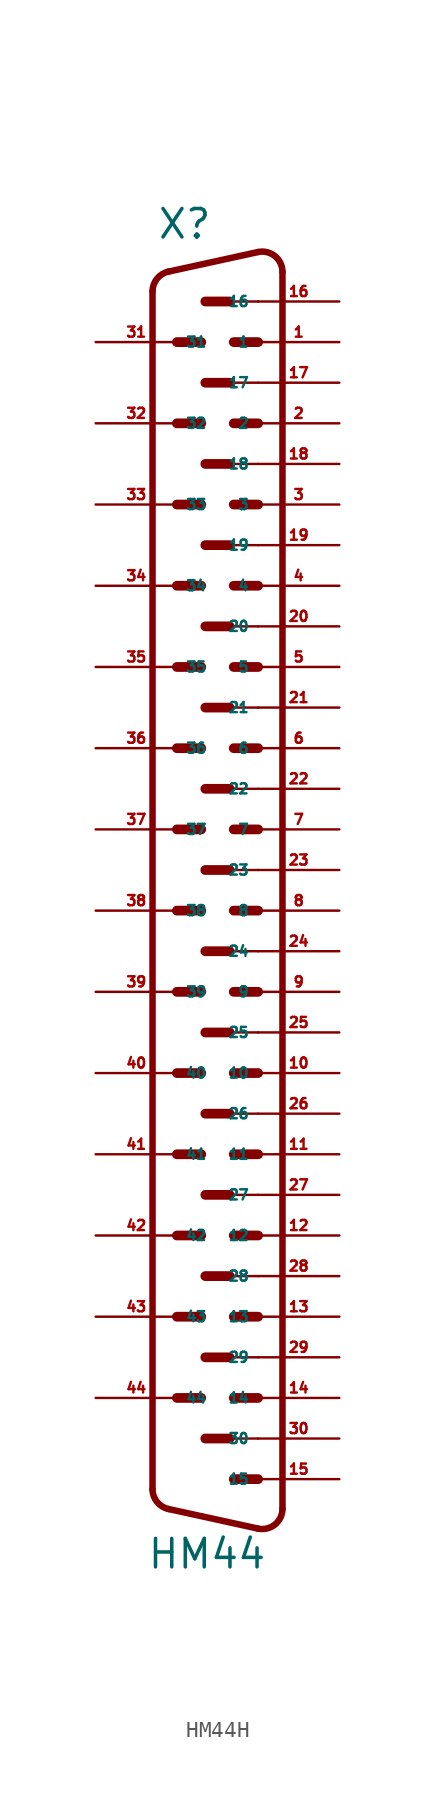
<source format=kicad_sym>
(kicad_symbol_lib
  (version 20220914)
  (generator Eagle2Kicad)
  (symbol "HM44H"
    (property "Reference" "X"
      (at -3.81 36.83 0)
      (effects (font (size 1.778 1.778) (thickness 0.22)) (justify left bottom)))
    (property "Value" "HM44"
      (at -4.445 -46.355 0)
      (effects (font (size 1.778 1.778) (thickness 0.22)) (justify left bottom)))
    (arc
      (start 4.064 34.8712)
      (mid 3.590 35.861)
      (end 2.5226 36.112)
      (stroke (width 0.4064) (type default))
      (fill (type none)))
    (polyline
      (pts (xy 2.523 36.112) (xy -3.065 34.889))
      (stroke (width 0.406) (type default))
      (fill (type none)))
    (arc
      (start -3.0654 34.8895)
      (mid -3.783 34.445)
      (end -4.0642 33.6488)
      (stroke (width 0.4064) (type default))
      (fill (type none)))
    (polyline
      (pts (xy -4.064 -41.269) (xy -4.064 33.649))
      (stroke (width 0.406) (type default))
      (fill (type none)))
    (arc
      (start -4.064 -41.2688)
      (mid -3.783 -42.065)
      (end -3.0654 -42.5094)
      (stroke (width 0.4064) (type default))
      (fill (type none)))
    (polyline
      (pts (xy 4.064 -42.491) (xy 4.064 34.871))
      (stroke (width 0.406) (type default))
      (fill (type none)))
    (polyline
      (pts (xy 2.523 -43.732) (xy -3.065 -42.509))
      (stroke (width 0.406) (type default))
      (fill (type none)))
    (arc
      (start 2.5226 -43.7319)
      (mid 3.590 -43.481)
      (end 4.064 -42.4912)
      (stroke (width 0.4064) (type default))
      (fill (type none)))
    (polyline
      (pts (xy 2.54 33.02) (xy 0.762 33.02))
      (stroke (width 0.152) (type default))
      (fill (type none)))
    (polyline
      (pts (xy 2.54 27.94) (xy 0.762 27.94))
      (stroke (width 0.152) (type default))
      (fill (type none)))
    (polyline
      (pts (xy 2.54 22.86) (xy 0.762 22.86))
      (stroke (width 0.152) (type default))
      (fill (type none)))
    (polyline
      (pts (xy 2.54 17.78) (xy 0.762 17.78))
      (stroke (width 0.152) (type default))
      (fill (type none)))
    (polyline
      (pts (xy 2.54 12.7) (xy 0.762 12.7))
      (stroke (width 0.152) (type default))
      (fill (type none)))
    (polyline
      (pts (xy -1.016 30.48) (xy -2.54 30.48))
      (stroke (width 0.61) (type default))
      (fill (type none)))
    (polyline
      (pts (xy 2.54 30.48) (xy 1.016 30.48))
      (stroke (width 0.61) (type default))
      (fill (type none)))
    (polyline
      (pts (xy 0.762 33.02) (xy -0.762 33.02))
      (stroke (width 0.61) (type default))
      (fill (type none)))
    (polyline
      (pts (xy -1.016 25.4) (xy -2.54 25.4))
      (stroke (width 0.61) (type default))
      (fill (type none)))
    (polyline
      (pts (xy 2.54 25.4) (xy 1.016 25.4))
      (stroke (width 0.61) (type default))
      (fill (type none)))
    (polyline
      (pts (xy 0.762 27.94) (xy -0.762 27.94))
      (stroke (width 0.61) (type default))
      (fill (type none)))
    (polyline
      (pts (xy -1.016 20.32) (xy -2.54 20.32))
      (stroke (width 0.61) (type default))
      (fill (type none)))
    (polyline
      (pts (xy 2.54 20.32) (xy 1.016 20.32))
      (stroke (width 0.61) (type default))
      (fill (type none)))
    (polyline
      (pts (xy 0.762 22.86) (xy -0.762 22.86))
      (stroke (width 0.61) (type default))
      (fill (type none)))
    (polyline
      (pts (xy -1.016 15.24) (xy -2.54 15.24))
      (stroke (width 0.61) (type default))
      (fill (type none)))
    (polyline
      (pts (xy 2.54 15.24) (xy 1.016 15.24))
      (stroke (width 0.61) (type default))
      (fill (type none)))
    (polyline
      (pts (xy 0.762 17.78) (xy -0.762 17.78))
      (stroke (width 0.61) (type default))
      (fill (type none)))
    (polyline
      (pts (xy -1.016 10.16) (xy -2.54 10.16))
      (stroke (width 0.61) (type default))
      (fill (type none)))
    (polyline
      (pts (xy 2.54 10.16) (xy 1.016 10.16))
      (stroke (width 0.61) (type default))
      (fill (type none)))
    (polyline
      (pts (xy 0.762 12.7) (xy -0.762 12.7))
      (stroke (width 0.61) (type default))
      (fill (type none)))
    (polyline
      (pts (xy 2.54 7.62) (xy 0.762 7.62))
      (stroke (width 0.152) (type default))
      (fill (type none)))
    (polyline
      (pts (xy 2.54 2.54) (xy 0.762 2.54))
      (stroke (width 0.152) (type default))
      (fill (type none)))
    (polyline
      (pts (xy 2.54 -2.54) (xy 0.762 -2.54))
      (stroke (width 0.152) (type default))
      (fill (type none)))
    (polyline
      (pts (xy -1.016 5.08) (xy -2.54 5.08))
      (stroke (width 0.61) (type default))
      (fill (type none)))
    (polyline
      (pts (xy 2.54 5.08) (xy 1.016 5.08))
      (stroke (width 0.61) (type default))
      (fill (type none)))
    (polyline
      (pts (xy 0.762 7.62) (xy -0.762 7.62))
      (stroke (width 0.61) (type default))
      (fill (type none)))
    (polyline
      (pts (xy -1.016 0) (xy -2.54 0))
      (stroke (width 0.61) (type default))
      (fill (type none)))
    (polyline
      (pts (xy 2.54 0) (xy 1.016 0))
      (stroke (width 0.61) (type default))
      (fill (type none)))
    (polyline
      (pts (xy 0.762 2.54) (xy -0.762 2.54))
      (stroke (width 0.61) (type default))
      (fill (type none)))
    (polyline
      (pts (xy 2.54 -5.08) (xy 1.016 -5.08))
      (stroke (width 0.61) (type default))
      (fill (type none)))
    (polyline
      (pts (xy 0.762 -2.54) (xy -0.762 -2.54))
      (stroke (width 0.61) (type default))
      (fill (type none)))
    (polyline
      (pts (xy 2.54 -10.16) (xy 1.016 -10.16))
      (stroke (width 0.61) (type default))
      (fill (type none)))
    (polyline
      (pts (xy -1.016 -5.08) (xy -2.54 -5.08))
      (stroke (width 0.61) (type default))
      (fill (type none)))
    (polyline
      (pts (xy 0.762 -7.62) (xy -0.762 -7.62))
      (stroke (width 0.61) (type default))
      (fill (type none)))
    (polyline
      (pts (xy 2.54 -7.62) (xy 0.762 -7.62))
      (stroke (width 0.152) (type default))
      (fill (type none)))
    (polyline
      (pts (xy 2.54 -12.7) (xy 0.762 -12.7))
      (stroke (width 0.152) (type default))
      (fill (type none)))
    (polyline
      (pts (xy -1.016 -10.16) (xy -2.54 -10.16))
      (stroke (width 0.61) (type default))
      (fill (type none)))
    (polyline
      (pts (xy -1.016 -15.24) (xy -2.54 -15.24))
      (stroke (width 0.61) (type default))
      (fill (type none)))
    (polyline
      (pts (xy 2.54 -15.24) (xy 1.016 -15.24))
      (stroke (width 0.61) (type default))
      (fill (type none)))
    (polyline
      (pts (xy 0.762 -12.7) (xy -0.762 -12.7))
      (stroke (width 0.61) (type default))
      (fill (type none)))
    (polyline
      (pts (xy 2.54 -17.78) (xy 0.762 -17.78))
      (stroke (width 0.152) (type default))
      (fill (type none)))
    (polyline
      (pts (xy 2.54 -22.86) (xy 0.762 -22.86))
      (stroke (width 0.152) (type default))
      (fill (type none)))
    (polyline
      (pts (xy 2.54 -27.94) (xy 0.762 -27.94))
      (stroke (width 0.152) (type default))
      (fill (type none)))
    (polyline
      (pts (xy -1.016 -20.32) (xy -2.54 -20.32))
      (stroke (width 0.61) (type default))
      (fill (type none)))
    (polyline
      (pts (xy 2.54 -20.32) (xy 1.016 -20.32))
      (stroke (width 0.61) (type default))
      (fill (type none)))
    (polyline
      (pts (xy 0.762 -17.78) (xy -0.762 -17.78))
      (stroke (width 0.61) (type default))
      (fill (type none)))
    (polyline
      (pts (xy -1.016 -25.4) (xy -2.54 -25.4))
      (stroke (width 0.61) (type default))
      (fill (type none)))
    (polyline
      (pts (xy 2.54 -25.4) (xy 1.016 -25.4))
      (stroke (width 0.61) (type default))
      (fill (type none)))
    (polyline
      (pts (xy 0.762 -22.86) (xy -0.762 -22.86))
      (stroke (width 0.61) (type default))
      (fill (type none)))
    (polyline
      (pts (xy 2.54 -30.48) (xy 1.016 -30.48))
      (stroke (width 0.61) (type default))
      (fill (type none)))
    (polyline
      (pts (xy 0.762 -27.94) (xy -0.762 -27.94))
      (stroke (width 0.61) (type default))
      (fill (type none)))
    (polyline
      (pts (xy 2.54 -35.56) (xy 1.016 -35.56))
      (stroke (width 0.61) (type default))
      (fill (type none)))
    (polyline
      (pts (xy -1.016 -30.48) (xy -2.54 -30.48))
      (stroke (width 0.61) (type default))
      (fill (type none)))
    (polyline
      (pts (xy 0.762 -33.02) (xy -0.762 -33.02))
      (stroke (width 0.61) (type default))
      (fill (type none)))
    (polyline
      (pts (xy 2.54 -33.02) (xy 0.762 -33.02))
      (stroke (width 0.152) (type default))
      (fill (type none)))
    (polyline
      (pts (xy 2.54 -40.64) (xy 1.016 -40.64))
      (stroke (width 0.61) (type default))
      (fill (type none)))
    (polyline
      (pts (xy -1.016 -35.56) (xy -2.54 -35.56))
      (stroke (width 0.61) (type default))
      (fill (type none)))
    (polyline
      (pts (xy 0.762 -38.1) (xy -0.762 -38.1))
      (stroke (width 0.61) (type default))
      (fill (type none)))
    (polyline
      (pts (xy 2.54 -38.1) (xy 0.762 -38.1))
      (stroke (width 0.152) (type default))
      (fill (type none)))
    (pin passive line
      (at 7.62 30.48 180)
      (length 5.08)
      (name "1" (effects (font (size 0.635 0.635) (thickness 0.08)) (justify left bottom)))
      (number "1" (effects (font (size 0.635 0.635) (thickness 0.08)) (justify left bottom))))
    (pin passive line
      (at 7.62 25.4 180)
      (length 5.08)
      (name "2" (effects (font (size 0.635 0.635) (thickness 0.08)) (justify left bottom)))
      (number "2" (effects (font (size 0.635 0.635) (thickness 0.08)) (justify left bottom))))
    (pin passive line
      (at 7.62 20.32 180)
      (length 5.08)
      (name "3" (effects (font (size 0.635 0.635) (thickness 0.08)) (justify left bottom)))
      (number "3" (effects (font (size 0.635 0.635) (thickness 0.08)) (justify left bottom))))
    (pin passive line
      (at 7.62 15.24 180)
      (length 5.08)
      (name "4" (effects (font (size 0.635 0.635) (thickness 0.08)) (justify left bottom)))
      (number "4" (effects (font (size 0.635 0.635) (thickness 0.08)) (justify left bottom))))
    (pin passive line
      (at 7.62 10.16 180)
      (length 5.08)
      (name "5" (effects (font (size 0.635 0.635) (thickness 0.08)) (justify left bottom)))
      (number "5" (effects (font (size 0.635 0.635) (thickness 0.08)) (justify left bottom))))
    (pin passive line
      (at 7.62 5.08 180)
      (length 5.08)
      (name "6" (effects (font (size 0.635 0.635) (thickness 0.08)) (justify left bottom)))
      (number "6" (effects (font (size 0.635 0.635) (thickness 0.08)) (justify left bottom))))
    (pin passive line
      (at 7.62 0 180)
      (length 5.08)
      (name "7" (effects (font (size 0.635 0.635) (thickness 0.08)) (justify left bottom)))
      (number "7" (effects (font (size 0.635 0.635) (thickness 0.08)) (justify left bottom))))
    (pin passive line
      (at 7.62 -5.08 180)
      (length 5.08)
      (name "8" (effects (font (size 0.635 0.635) (thickness 0.08)) (justify left bottom)))
      (number "8" (effects (font (size 0.635 0.635) (thickness 0.08)) (justify left bottom))))
    (pin passive line
      (at 7.62 -10.16 180)
      (length 5.08)
      (name "9" (effects (font (size 0.635 0.635) (thickness 0.08)) (justify left bottom)))
      (number "9" (effects (font (size 0.635 0.635) (thickness 0.08)) (justify left bottom))))
    (pin passive line
      (at 7.62 -15.24 180)
      (length 5.08)
      (name "10" (effects (font (size 0.635 0.635) (thickness 0.08)) (justify left bottom)))
      (number "10" (effects (font (size 0.635 0.635) (thickness 0.08)) (justify left bottom))))
    (pin passive line
      (at 7.62 -20.32 180)
      (length 5.08)
      (name "11" (effects (font (size 0.635 0.635) (thickness 0.08)) (justify left bottom)))
      (number "11" (effects (font (size 0.635 0.635) (thickness 0.08)) (justify left bottom))))
    (pin passive line
      (at 7.62 -25.4 180)
      (length 5.08)
      (name "12" (effects (font (size 0.635 0.635) (thickness 0.08)) (justify left bottom)))
      (number "12" (effects (font (size 0.635 0.635) (thickness 0.08)) (justify left bottom))))
    (pin passive line
      (at 7.62 -30.48 180)
      (length 5.08)
      (name "13" (effects (font (size 0.635 0.635) (thickness 0.08)) (justify left bottom)))
      (number "13" (effects (font (size 0.635 0.635) (thickness 0.08)) (justify left bottom))))
    (pin passive line
      (at 7.62 -35.56 180)
      (length 5.08)
      (name "14" (effects (font (size 0.635 0.635) (thickness 0.08)) (justify left bottom)))
      (number "14" (effects (font (size 0.635 0.635) (thickness 0.08)) (justify left bottom))))
    (pin passive line
      (at 7.62 -40.64 180)
      (length 5.08)
      (name "15" (effects (font (size 0.635 0.635) (thickness 0.08)) (justify left bottom)))
      (number "15" (effects (font (size 0.635 0.635) (thickness 0.08)) (justify left bottom))))
    (pin passive line
      (at 7.62 33.02 180)
      (length 5.08)
      (name "16" (effects (font (size 0.635 0.635) (thickness 0.08)) (justify left bottom)))
      (number "16" (effects (font (size 0.635 0.635) (thickness 0.08)) (justify left bottom))))
    (pin passive line
      (at 7.62 27.94 180)
      (length 5.08)
      (name "17" (effects (font (size 0.635 0.635) (thickness 0.08)) (justify left bottom)))
      (number "17" (effects (font (size 0.635 0.635) (thickness 0.08)) (justify left bottom))))
    (pin passive line
      (at 7.62 22.86 180)
      (length 5.08)
      (name "18" (effects (font (size 0.635 0.635) (thickness 0.08)) (justify left bottom)))
      (number "18" (effects (font (size 0.635 0.635) (thickness 0.08)) (justify left bottom))))
    (pin passive line
      (at 7.62 17.78 180)
      (length 5.08)
      (name "19" (effects (font (size 0.635 0.635) (thickness 0.08)) (justify left bottom)))
      (number "19" (effects (font (size 0.635 0.635) (thickness 0.08)) (justify left bottom))))
    (pin passive line
      (at 7.62 12.7 180)
      (length 5.08)
      (name "20" (effects (font (size 0.635 0.635) (thickness 0.08)) (justify left bottom)))
      (number "20" (effects (font (size 0.635 0.635) (thickness 0.08)) (justify left bottom))))
    (pin passive line
      (at 7.62 7.62 180)
      (length 5.08)
      (name "21" (effects (font (size 0.635 0.635) (thickness 0.08)) (justify left bottom)))
      (number "21" (effects (font (size 0.635 0.635) (thickness 0.08)) (justify left bottom))))
    (pin passive line
      (at 7.62 2.54 180)
      (length 5.08)
      (name "22" (effects (font (size 0.635 0.635) (thickness 0.08)) (justify left bottom)))
      (number "22" (effects (font (size 0.635 0.635) (thickness 0.08)) (justify left bottom))))
    (pin passive line
      (at 7.62 -2.54 180)
      (length 5.08)
      (name "23" (effects (font (size 0.635 0.635) (thickness 0.08)) (justify left bottom)))
      (number "23" (effects (font (size 0.635 0.635) (thickness 0.08)) (justify left bottom))))
    (pin passive line
      (at 7.62 -7.62 180)
      (length 5.08)
      (name "24" (effects (font (size 0.635 0.635) (thickness 0.08)) (justify left bottom)))
      (number "24" (effects (font (size 0.635 0.635) (thickness 0.08)) (justify left bottom))))
    (pin passive line
      (at 7.62 -12.7 180)
      (length 5.08)
      (name "25" (effects (font (size 0.635 0.635) (thickness 0.08)) (justify left bottom)))
      (number "25" (effects (font (size 0.635 0.635) (thickness 0.08)) (justify left bottom))))
    (pin passive line
      (at 7.62 -17.78 180)
      (length 5.08)
      (name "26" (effects (font (size 0.635 0.635) (thickness 0.08)) (justify left bottom)))
      (number "26" (effects (font (size 0.635 0.635) (thickness 0.08)) (justify left bottom))))
    (pin passive line
      (at 7.62 -22.86 180)
      (length 5.08)
      (name "27" (effects (font (size 0.635 0.635) (thickness 0.08)) (justify left bottom)))
      (number "27" (effects (font (size 0.635 0.635) (thickness 0.08)) (justify left bottom))))
    (pin passive line
      (at 7.62 -27.94 180)
      (length 5.08)
      (name "28" (effects (font (size 0.635 0.635) (thickness 0.08)) (justify left bottom)))
      (number "28" (effects (font (size 0.635 0.635) (thickness 0.08)) (justify left bottom))))
    (pin passive line
      (at 7.62 -33.02 180)
      (length 5.08)
      (name "29" (effects (font (size 0.635 0.635) (thickness 0.08)) (justify left bottom)))
      (number "29" (effects (font (size 0.635 0.635) (thickness 0.08)) (justify left bottom))))
    (pin passive line
      (at 7.62 -38.1 180)
      (length 5.08)
      (name "30" (effects (font (size 0.635 0.635) (thickness 0.08)) (justify left bottom)))
      (number "30" (effects (font (size 0.635 0.635) (thickness 0.08)) (justify left bottom))))
    (pin passive line
      (at -7.62 30.48 0)
      (length 5.08)
      (name "31" (effects (font (size 0.635 0.635) (thickness 0.08)) (justify left bottom)))
      (number "31" (effects (font (size 0.635 0.635) (thickness 0.08)) (justify left bottom))))
    (pin passive line
      (at -7.62 25.4 0)
      (length 5.08)
      (name "32" (effects (font (size 0.635 0.635) (thickness 0.08)) (justify left bottom)))
      (number "32" (effects (font (size 0.635 0.635) (thickness 0.08)) (justify left bottom))))
    (pin passive line
      (at -7.62 20.32 0)
      (length 5.08)
      (name "33" (effects (font (size 0.635 0.635) (thickness 0.08)) (justify left bottom)))
      (number "33" (effects (font (size 0.635 0.635) (thickness 0.08)) (justify left bottom))))
    (pin passive line
      (at -7.62 15.24 0)
      (length 5.08)
      (name "34" (effects (font (size 0.635 0.635) (thickness 0.08)) (justify left bottom)))
      (number "34" (effects (font (size 0.635 0.635) (thickness 0.08)) (justify left bottom))))
    (pin passive line
      (at -7.62 10.16 0)
      (length 5.08)
      (name "35" (effects (font (size 0.635 0.635) (thickness 0.08)) (justify left bottom)))
      (number "35" (effects (font (size 0.635 0.635) (thickness 0.08)) (justify left bottom))))
    (pin passive line
      (at -7.62 5.08 0)
      (length 5.08)
      (name "36" (effects (font (size 0.635 0.635) (thickness 0.08)) (justify left bottom)))
      (number "36" (effects (font (size 0.635 0.635) (thickness 0.08)) (justify left bottom))))
    (pin passive line
      (at -7.62 0 0)
      (length 5.08)
      (name "37" (effects (font (size 0.635 0.635) (thickness 0.08)) (justify left bottom)))
      (number "37" (effects (font (size 0.635 0.635) (thickness 0.08)) (justify left bottom))))
    (pin passive line
      (at -7.62 -5.08 0)
      (length 5.08)
      (name "38" (effects (font (size 0.635 0.635) (thickness 0.08)) (justify left bottom)))
      (number "38" (effects (font (size 0.635 0.635) (thickness 0.08)) (justify left bottom))))
    (pin passive line
      (at -7.62 -10.16 0)
      (length 5.08)
      (name "39" (effects (font (size 0.635 0.635) (thickness 0.08)) (justify left bottom)))
      (number "39" (effects (font (size 0.635 0.635) (thickness 0.08)) (justify left bottom))))
    (pin passive line
      (at -7.62 -15.24 0)
      (length 5.08)
      (name "40" (effects (font (size 0.635 0.635) (thickness 0.08)) (justify left bottom)))
      (number "40" (effects (font (size 0.635 0.635) (thickness 0.08)) (justify left bottom))))
    (pin passive line
      (at -7.62 -20.32 0)
      (length 5.08)
      (name "41" (effects (font (size 0.635 0.635) (thickness 0.08)) (justify left bottom)))
      (number "41" (effects (font (size 0.635 0.635) (thickness 0.08)) (justify left bottom))))
    (pin passive line
      (at -7.62 -25.4 0)
      (length 5.08)
      (name "42" (effects (font (size 0.635 0.635) (thickness 0.08)) (justify left bottom)))
      (number "42" (effects (font (size 0.635 0.635) (thickness 0.08)) (justify left bottom))))
    (pin passive line
      (at -7.62 -30.48 0)
      (length 5.08)
      (name "43" (effects (font (size 0.635 0.635) (thickness 0.08)) (justify left bottom)))
      (number "43" (effects (font (size 0.635 0.635) (thickness 0.08)) (justify left bottom))))
    (pin passive line
      (at -7.62 -35.56 0)
      (length 5.08)
      (name "44" (effects (font (size 0.635 0.635) (thickness 0.08)) (justify left bottom)))
      (number "44" (effects (font (size 0.635 0.635) (thickness 0.08)) (justify left bottom))))))
</source>
